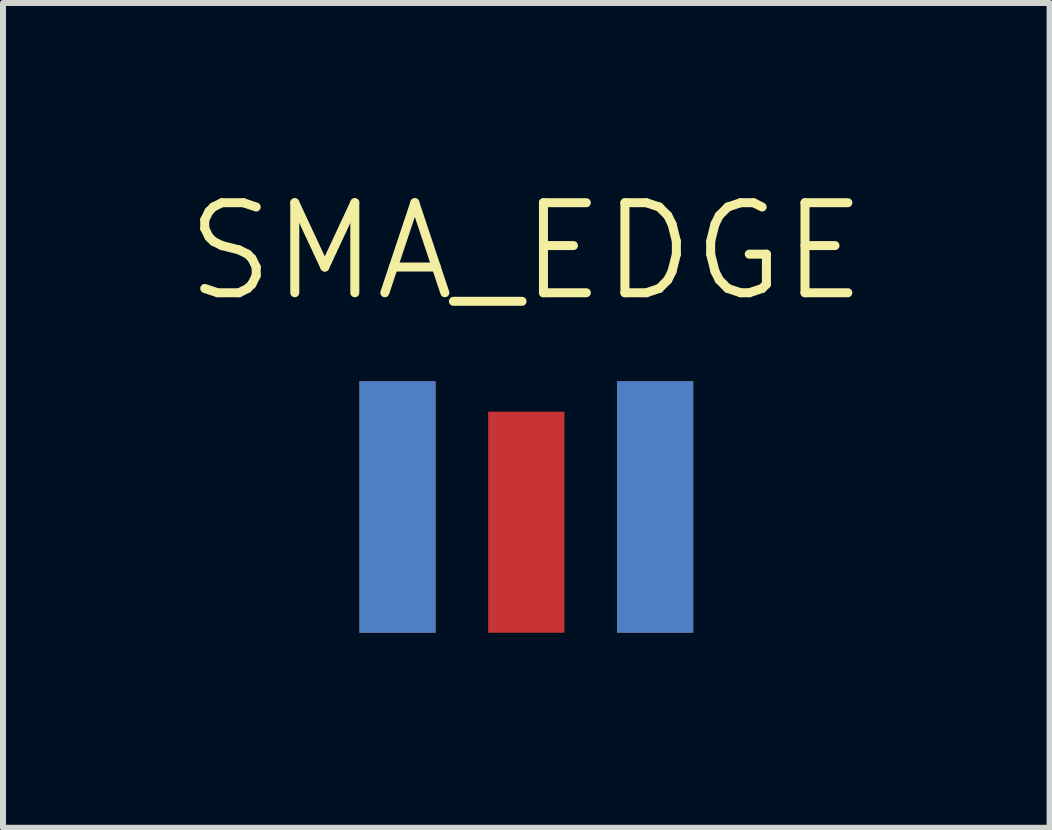
<source format=kicad_pcb>
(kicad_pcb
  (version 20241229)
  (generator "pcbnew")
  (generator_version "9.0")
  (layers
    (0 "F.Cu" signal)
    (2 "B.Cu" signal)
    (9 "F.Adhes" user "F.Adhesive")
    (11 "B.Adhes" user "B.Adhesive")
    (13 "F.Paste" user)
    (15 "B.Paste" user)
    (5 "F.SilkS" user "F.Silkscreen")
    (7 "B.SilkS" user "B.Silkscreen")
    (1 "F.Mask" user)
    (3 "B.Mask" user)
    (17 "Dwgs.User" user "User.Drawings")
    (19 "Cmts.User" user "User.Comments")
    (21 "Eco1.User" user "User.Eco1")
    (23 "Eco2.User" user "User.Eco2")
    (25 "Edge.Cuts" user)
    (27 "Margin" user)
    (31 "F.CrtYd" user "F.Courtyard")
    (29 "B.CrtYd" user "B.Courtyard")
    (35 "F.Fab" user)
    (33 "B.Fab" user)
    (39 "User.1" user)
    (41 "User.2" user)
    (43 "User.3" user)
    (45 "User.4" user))
  (footprint "SMA_EDGE"
    (layer "F.Cu")
    (at 5.718 7.491)
    (property "Reference" "SMA_EDGE" (at 0 -6.35 0) (layer "F.SilkS") (effects (font (size 1.5 1.5) (thickness 0.15))))
    (attr through_hole)
    (pad "1" smd rect (at 0 -1.841) (size 1.27 3.683) (layers "F.Cu" "F.Mask" "F.Paste"))
    (pad "2" smd rect (at -2.146 -2.095) (size 1.27 4.191) (layers "F.Cu" "F.Mask" "F.Paste"))
    (pad "2" smd rect (at -2.146 -2.095) (size 1.27 4.191) (layers "F.Mask" "B.Cu" "F.Paste"))
    (pad "2" smd rect (at 2.146 -2.095) (size 1.27 4.191) (layers "F.Cu" "F.Mask" "F.Paste"))
    (pad "2" smd rect (at 2.146 -2.095) (size 1.27 4.191) (layers "F.Mask" "B.Cu" "F.Paste")))
  (gr_rect
    (start -3 -3)
    (end 14.436 10.741)
    (stroke (width 0.1) (type default))
    (fill no)
    (layer "Edge.Cuts")))
</source>
